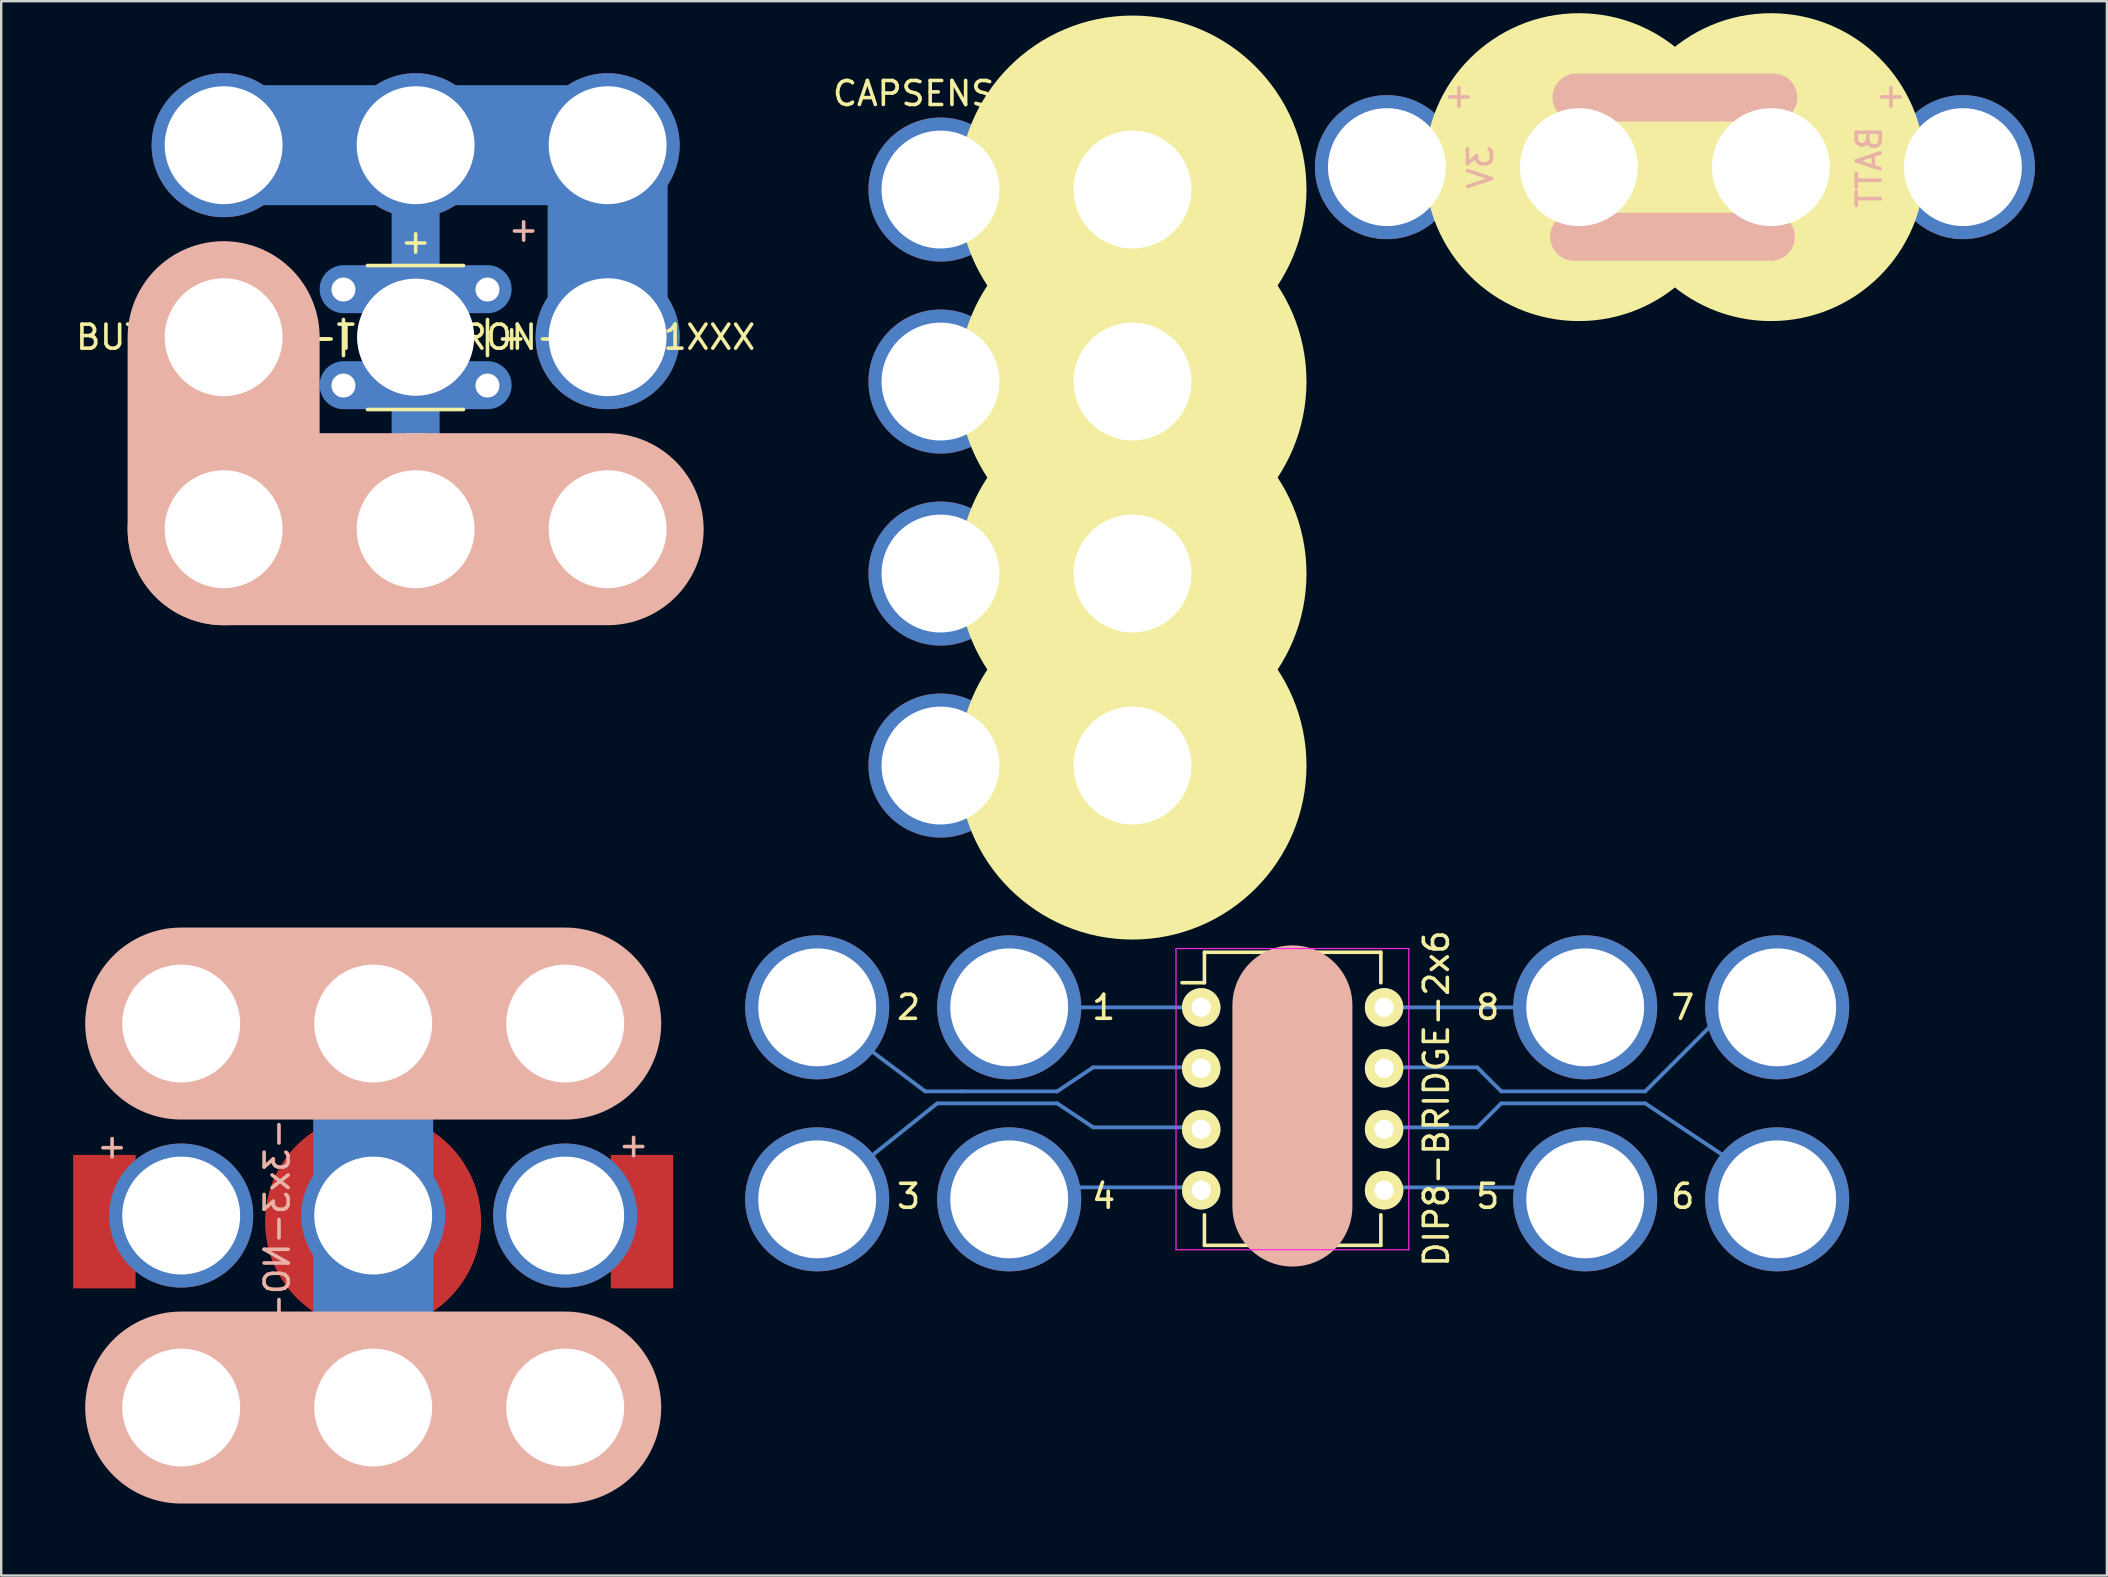
<source format=kicad_pcb>
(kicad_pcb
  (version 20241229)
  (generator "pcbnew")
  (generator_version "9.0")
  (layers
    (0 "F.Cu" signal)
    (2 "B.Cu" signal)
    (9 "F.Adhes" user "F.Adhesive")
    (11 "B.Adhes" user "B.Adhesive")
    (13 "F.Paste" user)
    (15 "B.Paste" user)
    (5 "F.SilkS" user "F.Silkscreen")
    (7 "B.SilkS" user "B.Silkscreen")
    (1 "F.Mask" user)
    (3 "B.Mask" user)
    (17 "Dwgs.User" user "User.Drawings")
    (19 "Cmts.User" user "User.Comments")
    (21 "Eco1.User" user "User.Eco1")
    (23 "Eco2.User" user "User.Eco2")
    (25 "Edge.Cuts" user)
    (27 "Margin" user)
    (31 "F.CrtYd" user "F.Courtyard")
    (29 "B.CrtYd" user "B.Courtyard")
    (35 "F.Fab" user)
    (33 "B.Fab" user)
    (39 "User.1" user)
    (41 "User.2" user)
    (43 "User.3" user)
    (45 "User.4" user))
  (footprint "CAPSENSE-SLIDE-2x4"
    (layer "F.Cu")
    (at 40.137 28.848)
    (property "Reference" "CAPSENSE-SLIDE-2x4" (at 0 -28 0) (layer "F.SilkS") (effects (font (size 1 1) (thickness 0.15))))
    (attr through_hole)
    (fp_line (start 4 -24) (end -4 -24) (stroke (width 5) (type solid)) (layer "B.Cu"))
    (fp_line (start 4 -16) (end -4 -16) (stroke (width 5) (type solid)) (layer "B.Cu"))
    (fp_line (start 4 -8) (end -4 -8) (stroke (width 5) (type solid)) (layer "B.Cu"))
    (fp_line (start 4 0) (end -4 0) (stroke (width 5) (type solid)) (layer "B.Cu"))
    (fp_line (start 4 -24) (end -4 -24) (stroke (width 5) (type solid)) (layer "B.Mask"))
    (fp_line (start 4 -16) (end -4 -16) (stroke (width 5) (type solid)) (layer "B.Mask"))
    (fp_line (start 4 -8) (end -4 -8) (stroke (width 5) (type solid)) (layer "B.Mask"))
    (fp_line (start 4 0) (end -4 0) (stroke (width 5) (type solid)) (layer "B.Mask"))
    (fp_circle (center 4 -24) (end 4.25 -24) (stroke (width 7) (type solid)) (fill no) (layer "F.SilkS"))
    (fp_circle (center 4 -16) (end 4.25 -16) (stroke (width 7) (type solid)) (fill no) (layer "F.SilkS"))
    (fp_circle (center 4 -8) (end 4.25 -8) (stroke (width 7) (type solid)) (fill no) (layer "F.SilkS"))
    (fp_circle (center 4 0) (end 4.25 0) (stroke (width 7) (type solid)) (fill no) (layer "F.SilkS"))
    (fp_text user "Capacitive Slider Touchpad" (at 0 -11.938 90) (layer "F.SilkS") (effects (font (size 1 1) (thickness 0.15))))
    (pad "1" thru_hole circle (at -4 -24) (size 6 6) (drill 4.91) (layers "*.Cu" "*.Mask"))
    (pad "1" thru_hole circle (at 4 -24) (size 6 6) (drill 4.91) (layers "*.Cu" "*.Mask"))
    (pad "2" thru_hole circle (at -4 -16) (size 6 6) (drill 4.91) (layers "*.Cu" "*.Mask"))
    (pad "2" thru_hole circle (at 4 -16) (size 6 6) (drill 4.91) (layers "*.Cu" "*.Mask"))
    (pad "3" thru_hole circle (at -4 -8) (size 6 6) (drill 4.91) (layers "*.Cu" "*.Mask"))
    (pad "3" thru_hole circle (at 4 -8) (size 6 6) (drill 4.91) (layers "*.Cu" "*.Mask"))
    (pad "4" thru_hole circle (at -4 0) (size 6 6) (drill 4.91) (layers "*.Cu" "*.Mask"))
    (pad "4" thru_hole circle (at 4 0) (size 6 6) (drill 4.91) (layers "*.Cu" "*.Mask")))
  (footprint "CR2032-1x4"
    (layer "F.Cu")
    (at 66.738 3.914)
    (property "Reference" "CR2032-1x4" (at 4 -2.5 0) (layer "F.SilkS") (effects (font (size 1 1) (thickness 0.15))))
    (attr through_hole)
    (fp_line (start -4 0) (end 4 0) (stroke (width 5) (type solid)) (layer "B.Cu"))
    (fp_line (start -4 0) (end 4 0) (stroke (width 5) (type solid)) (layer "B.Mask"))
    (fp_circle (center -4 0) (end -3 1) (stroke (width 5) (type solid)) (fill no) (layer "F.SilkS"))
    (fp_circle (center 4 0) (end 5 1) (stroke (width 5) (type solid)) (fill no) (layer "F.SilkS"))
    (fp_line (start -4.2 2.9) (end 4 2.9) (stroke (width 2) (type solid)) (layer "B.SilkS"))
    (fp_line (start -4.1 -2.9) (end 4.1 -2.9) (stroke (width 2) (type solid)) (layer "B.SilkS"))
    (fp_text user "BATT" (at 8.1 0 90) (layer "B.SilkS") (effects (font (size 1 1) (thickness 0.15)) (justify mirror)))
    (fp_text user "+" (at 9 -3 0) (layer "B.SilkS") (effects (font (size 1 1) (thickness 0.15)) (justify mirror)))
    (fp_text user "+" (at -9 -3 0) (layer "B.SilkS") (effects (font (size 1 1) (thickness 0.15)) (justify mirror)))
    (fp_text user "3V" (at -8.1 0 90) (layer "B.SilkS") (effects (font (size 1 1) (thickness 0.15)) (justify mirror)))
    (pad "1" thru_hole circle (at -12 0) (size 6 6) (drill 4.91) (layers "*.Cu" "*.Mask"))
    (pad "1" thru_hole circle (at 12 0) (size 6 6) (drill 4.91) (layers "*.Cu" "*.Mask"))
    (pad "GND" thru_hole circle (at -4 0) (size 6 6) (drill 4.91) (layers "*.Cu" "*.Mask"))
    (pad "GND" smd rect (at -0.068 0) (size 15 5.56) (layers "F.Cu" "F.Mask" "F.Paste"))
    (pad "GND" thru_hole circle (at 4 0) (size 6 6) (drill 4.91) (layers "*.Cu" "*.Mask")))
  (footprint "CR2032-3x3-NO-ROTATE"
    (layer "F.Cu")
    (at 12.5 47.598)
    (property "Reference" "CR2032-3x3-NO-ROTATE" (at -4 0 90) (layer "B.SilkS") (effects (font (size 1 1) (thickness 0.15)) (justify mirror)))
    (attr through_hole)
    (fp_line (start -8 -8) (end 8 -8) (stroke (width 5) (type solid)) (layer "B.Cu"))
    (fp_line (start -8 8) (end 8 8) (stroke (width 5) (type solid)) (layer "B.Cu"))
    (fp_line (start 0 -8) (end 0 8) (stroke (width 5) (type solid)) (layer "B.Cu"))
    (fp_line (start -8 8) (end 8 8) (stroke (width 5) (type solid)) (layer "B.Mask"))
    (fp_line (start 0 8) (end 0 -8) (stroke (width 5) (type solid)) (layer "B.Mask"))
    (fp_line (start 8 -8) (end -8 -8) (stroke (width 5) (type solid)) (layer "B.Mask"))
    (fp_line (start -8 -8) (end 8 -8) (stroke (width 8) (type solid)) (layer "B.SilkS"))
    (fp_line (start -8 8) (end 8 8) (stroke (width 8) (type solid)) (layer "B.SilkS"))
    (fp_text user "+" (at -10.88 -2.9 0) (layer "B.SilkS") (effects (font (size 1 1) (thickness 0.15)) (justify mirror)))
    (fp_text user "+" (at 10.85 -2.95 0) (layer "B.SilkS") (effects (font (size 1 1) (thickness 0.15)) (justify mirror)))
    (pad "+" smd rect (at -11.2 0.254) (size 2.6 5.56) (layers "F.Cu" "F.Mask" "F.Paste"))
    (pad "+" thru_hole circle (at -8 0) (size 6 6) (drill 4.91) (layers "*.Cu" "*.Mask"))
    (pad "+" thru_hole circle (at 8 0) (size 6 6) (drill 4.91) (layers "*.Cu" "*.Mask"))
    (pad "+" smd rect (at 11.2 0.254) (size 2.6 5.56) (layers "F.Cu" "F.Mask" "F.Paste"))
    (pad "GND" thru_hole circle (at -8 -8) (size 6 6) (drill 4.91) (layers "*.Cu" "*.Mask"))
    (pad "GND" thru_hole circle (at -8 8) (size 6 6) (drill 4.91) (layers "*.Cu" "*.Mask"))
    (pad "GND" smd circle (at -0.004 0.254) (size 9 9) (layers "F.Cu" "F.Mask" "F.Paste"))
    (pad "GND" thru_hole circle (at 0 -8) (size 6 6) (drill 4.91) (layers "*.Cu" "*.Mask"))
    (pad "GND" thru_hole circle (at 0 0) (size 6 6) (drill 4.91) (layers "*.Cu" "*.Mask"))
    (pad "GND" thru_hole circle (at 0 8) (size 6 6) (drill 4.91) (layers "*.Cu" "*.Mask"))
    (pad "GND" thru_hole circle (at 8 -8) (size 6 6) (drill 4.91) (layers "*.Cu" "*.Mask"))
    (pad "GND" thru_hole circle (at 8 8) (size 6 6) (drill 4.91) (layers "*.Cu" "*.Mask")))
  (footprint "BUTTON-3x3-TH-OMRON-B3F-1XXX"
    (layer "F.Cu")
    (at 18.268 11)
    (property "Reference" "BUTTON-3x3-TH-OMRON-B3F-1XXX" (at -4 0 0) (layer "F.SilkS") (effects (font (size 1 1) (thickness 0.15))))
    (attr through_hole)
    (fp_line (start -12 -8) (end 4 -8) (stroke (width 5) (type solid)) (layer "B.Cu"))
    (fp_line (start -12 0) (end -12 8) (stroke (width 5) (type solid)) (layer "B.Cu"))
    (fp_line (start -12 8) (end 4 8) (stroke (width 5) (type solid)) (layer "B.Cu"))
    (fp_line (start -7 -2) (end -1 -2) (stroke (width 2) (type solid)) (layer "B.Cu"))
    (fp_line (start -4 -2) (end -4 -8) (stroke (width 2) (type solid)) (layer "B.Cu"))
    (fp_line (start -4 2) (end -4 8) (stroke (width 2) (type solid)) (layer "B.Cu"))
    (fp_line (start -1 2) (end -7 2) (stroke (width 2) (type solid)) (layer "B.Cu"))
    (fp_line (start 4 -8) (end 4 0) (stroke (width 5) (type solid)) (layer "B.Cu"))
    (fp_line (start -12 -8) (end 4 -8) (stroke (width 5) (type solid)) (layer "B.Mask"))
    (fp_line (start -12 0) (end -12 8) (stroke (width 5) (type solid)) (layer "B.Mask"))
    (fp_line (start -12 8) (end 4 8) (stroke (width 5) (type solid)) (layer "B.Mask"))
    (fp_line (start -7 -2) (end -1 -2) (stroke (width 2) (type solid)) (layer "B.Mask"))
    (fp_line (start -4 -2) (end -4 -8) (stroke (width 2) (type solid)) (layer "B.Mask"))
    (fp_line (start -4 2) (end -4 8) (stroke (width 2) (type solid)) (layer "B.Mask"))
    (fp_line (start -1 2) (end -7 2) (stroke (width 2) (type solid)) (layer "B.Mask"))
    (fp_line (start 4 -8) (end 4 0) (stroke (width 5) (type solid)) (layer "B.Mask"))
    (fp_line (start -7.007 0.014) (end -7.007 0.014) (stroke (width 0.1) (type solid)) (layer "F.SilkS"))
    (fp_line (start -7.007 0.764) (end -7.007 -0.736) (stroke (width 0.15) (type solid)) (layer "F.SilkS"))
    (fp_line (start -6.007 -2.986) (end -2.007 -2.986) (stroke (width 0.15) (type solid)) (layer "F.SilkS"))
    (fp_line (start -6.007 3.014) (end -2.007 3.014) (stroke (width 0.15) (type solid)) (layer "F.SilkS"))
    (fp_line (start -2.007 -2.986) (end -6.007 -2.986) (stroke (width 0.1) (type solid)) (layer "F.SilkS"))
    (fp_line (start -2.007 3.014) (end -6.007 3.014) (stroke (width 0.1) (type solid)) (layer "F.SilkS"))
    (fp_line (start -1.007 -0.736) (end -1.007 0.764) (stroke (width 0.15) (type solid)) (layer "F.SilkS"))
    (fp_line (start -1.007 0.014) (end -1.007 0.014) (stroke (width 0.1) (type solid)) (layer "F.SilkS"))
    (fp_circle (center -4.007 0.014) (end -3.007 1.014) (stroke (width 0) (type solid)) (fill yes) (layer "F.SilkS"))
    (fp_circle (center -4.007 0.014) (end -3.007 1.014) (stroke (width 0.15) (type solid)) (fill no) (layer "F.SilkS"))
    (fp_line (start -12 0) (end -12 8) (stroke (width 8) (type solid)) (layer "B.SilkS"))
    (fp_line (start -12 8) (end 4 8) (stroke (width 8) (type solid)) (layer "B.SilkS"))
    (fp_text user "+" (at 0 0 0) (layer "F.SilkS") (effects (font (size 1 1) (thickness 0.15))))
    (fp_text user "+" (at -4 -4 0) (layer "F.SilkS") (effects (font (size 1 1) (thickness 0.15))))
    (fp_text user "-" (at -8 0 0) (layer "F.SilkS") (effects (font (size 1 1) (thickness 0.15))))
    (fp_text user "-" (at -4 4 0) (layer "F.SilkS") (effects (font (size 1 1) (thickness 0.15))))
    (fp_text user "+" (at 0.5 -4.5 0) (layer "B.SilkS") (effects (font (size 1 1) (thickness 0.15)) (justify mirror)))
    (pad "" np_thru_hole circle (at -4 0) (size 4.88 4.88) (drill 4.91) (layers "*.Cu" "*.Mask"))
    (pad "1" thru_hole circle (at -12 -8) (size 6 6) (drill 4.91) (layers "*.Cu" "*.Mask"))
    (pad "1" thru_hole circle (at -7.007 -1.986) (size 1.7 1.7) (drill 1) (layers "*.Cu" "*.Mask"))
    (pad "1" thru_hole circle (at -4 -8) (size 6 6) (drill 4.91) (layers "*.Cu" "*.Mask"))
    (pad "1" thru_hole circle (at -1.007 -1.986) (size 1.7 1.7) (drill 1) (layers "*.Cu" "*.Mask"))
    (pad "1" thru_hole circle (at 4 -8) (size 6 6) (drill 4.91) (layers "*.Cu" "*.Mask"))
    (pad "1" thru_hole circle (at 4 0) (size 6 6) (drill 4.91) (layers "*.Cu" "*.Mask"))
    (pad "2" thru_hole circle (at -12 0) (size 6 6) (drill 4.91) (layers "*.Cu" "*.Mask"))
    (pad "2" thru_hole circle (at -12 8) (size 6 6) (drill 4.91) (layers "*.Cu" "*.Mask"))
    (pad "2" thru_hole circle (at -7.007 2.014) (size 1.7 1.7) (drill 1) (layers "*.Cu" "*.Mask"))
    (pad "2" thru_hole circle (at -4 8) (size 6 6) (drill 4.91) (layers "*.Cu" "*.Mask"))
    (pad "2" thru_hole circle (at -1.007 2.014) (size 1.7 1.7) (drill 1) (layers "*.Cu" "*.Mask"))
    (pad "2" thru_hole circle (at 4 8) (size 6 6) (drill 4.91) (layers "*.Cu" "*.Mask")))
  (footprint "DIP8-BRIDGE-2x6"
    (layer "F.Cu")
    (at 47 38.923)
    (property "Reference" "DIP8-BRIDGE-2x6" (at 9.8 3.8 90) (layer "F.SilkS") (effects (font (size 1 1) (thickness 0.15))))
    (attr through_hole)
    (fp_line (start -11.5 3.5) (end -15.5 0.5) (stroke (width 0.16) (type solid)) (layer "B.Cu"))
    (fp_line (start -11 4) (end -16 8) (stroke (width 0.16) (type solid)) (layer "B.Cu"))
    (fp_line (start -10 3.5) (end -11.5 3.5) (stroke (width 0.16) (type solid)) (layer "B.Cu"))
    (fp_line (start -6 3.5) (end -10 3.5) (stroke (width 0.16) (type solid)) (layer "B.Cu"))
    (fp_line (start -6 4) (end -11 4) (stroke (width 0.16) (type solid)) (layer "B.Cu"))
    (fp_line (start -4.5 2.5) (end -6 3.5) (stroke (width 0.16) (type solid)) (layer "B.Cu"))
    (fp_line (start -4.5 5) (end -6 4) (stroke (width 0.16) (type solid)) (layer "B.Cu"))
    (fp_line (start 0 0) (end -8 0) (stroke (width 0.16) (type solid)) (layer "B.Cu"))
    (fp_line (start 0 2.5) (end -4.5 2.5) (stroke (width 0.16) (type solid)) (layer "B.Cu"))
    (fp_line (start 0 5) (end -4.5 5) (stroke (width 0.16) (type solid)) (layer "B.Cu"))
    (fp_line (start 0 7.5) (end -8 7.5) (stroke (width 0.16) (type solid)) (layer "B.Cu"))
    (fp_line (start 7.5 0) (end 16 0) (stroke (width 0.16) (type solid)) (layer "B.Cu"))
    (fp_line (start 7.5 5) (end 11.5 5) (stroke (width 0.16) (type solid)) (layer "B.Cu"))
    (fp_line (start 7.5 7.5) (end 15.5 7.5) (stroke (width 0.16) (type solid)) (layer "B.Cu"))
    (fp_line (start 8 2.5) (end 11.5 2.5) (stroke (width 0.16) (type solid)) (layer "B.Cu"))
    (fp_line (start 11.5 2.5) (end 12.5 3.5) (stroke (width 0.16) (type solid)) (layer "B.Cu"))
    (fp_line (start 11.5 5) (end 12.5 4) (stroke (width 0.16) (type solid)) (layer "B.Cu"))
    (fp_line (start 12.5 3.5) (end 18.5 3.5) (stroke (width 0.16) (type solid)) (layer "B.Cu"))
    (fp_line (start 12.5 4) (end 18.5 4) (stroke (width 0.16) (type solid)) (layer "B.Cu"))
    (fp_line (start 18.5 3.5) (end 22.5 -0.5) (stroke (width 0.16) (type solid)) (layer "B.Cu"))
    (fp_line (start 18.5 4) (end 23 7) (stroke (width 0.16) (type solid)) (layer "B.Cu"))
    (fp_line (start 0.135 -2.295) (end 0.135 -1.025) (stroke (width 0.15) (type solid)) (layer "F.SilkS"))
    (fp_line (start 0.135 -2.295) (end 7.485 -2.295) (stroke (width 0.15) (type solid)) (layer "F.SilkS"))
    (fp_line (start 0.135 -1.025) (end -0.8 -1.025) (stroke (width 0.15) (type solid)) (layer "F.SilkS"))
    (fp_line (start 0.135 9.915) (end 0.135 8.645) (stroke (width 0.15) (type solid)) (layer "F.SilkS"))
    (fp_line (start 0.135 9.915) (end 7.485 9.915) (stroke (width 0.15) (type solid)) (layer "F.SilkS"))
    (fp_line (start 7.485 -2.295) (end 7.485 -1.025) (stroke (width 0.15) (type solid)) (layer "F.SilkS"))
    (fp_line (start 7.485 9.915) (end 7.485 8.645) (stroke (width 0.15) (type solid)) (layer "F.SilkS"))
    (fp_line (start 3.8 -0.082) (end 3.8 8.3) (stroke (width 5) (type solid)) (layer "B.SilkS"))
    (fp_line (start -1.05 -2.45) (end -1.05 10.1) (stroke (width 0.05) (type solid)) (layer "F.CrtYd"))
    (fp_line (start -1.05 -2.45) (end 8.65 -2.45) (stroke (width 0.05) (type solid)) (layer "F.CrtYd"))
    (fp_line (start -1.05 10.1) (end 8.65 10.1) (stroke (width 0.05) (type solid)) (layer "F.CrtYd"))
    (fp_line (start 8.65 -2.45) (end 8.65 10.1) (stroke (width 0.05) (type solid)) (layer "F.CrtYd"))
    (fp_text user "5" (at 11.938 7.874 0) (layer "F.SilkS") (effects (font (size 1 1) (thickness 0.15))))
    (fp_text user "3" (at -12.192 7.874 0) (layer "F.SilkS") (effects (font (size 1 1) (thickness 0.15))))
    (fp_text user "2" (at -12.192 0 0) (layer "F.SilkS") (effects (font (size 1 1) (thickness 0.15))))
    (fp_text user "6" (at 20.066 7.874 0) (layer "F.SilkS") (effects (font (size 1 1) (thickness 0.15))))
    (fp_text user "1" (at -4.064 0 0) (layer "F.SilkS") (effects (font (size 1 1) (thickness 0.15))))
    (fp_text user "8" (at 11.938 0 0) (layer "F.SilkS") (effects (font (size 1 1) (thickness 0.15))))
    (fp_text user "7" (at 20.066 0 0) (layer "F.SilkS") (effects (font (size 1 1) (thickness 0.15))))
    (fp_text user "4" (at -4.064 7.874 0) (layer "F.SilkS") (effects (font (size 1 1) (thickness 0.15))))
    (pad "1" thru_hole circle (at -8 0) (size 6 6) (drill 4.91) (layers "*.Cu" "*.Mask"))
    (pad "1" thru_hole oval (at 0 0) (size 1.6 1.6) (drill 0.8) (layers "*.Cu" "*.Mask" "F.SilkS"))
    (pad "2" thru_hole circle (at -16 0) (size 6 6) (drill 4.91) (layers "*.Cu" "*.Mask"))
    (pad "2" thru_hole oval (at 0 2.54) (size 1.6 1.6) (drill 0.8) (layers "*.Cu" "*.Mask" "F.SilkS"))
    (pad "3" thru_hole circle (at -16 8) (size 6 6) (drill 4.91) (layers "*.Cu" "*.Mask"))
    (pad "3" thru_hole oval (at 0 5.08) (size 1.6 1.6) (drill 0.8) (layers "*.Cu" "*.Mask" "F.SilkS"))
    (pad "4" thru_hole circle (at -8 8) (size 6 6) (drill 4.91) (layers "*.Cu" "*.Mask"))
    (pad "4" thru_hole oval (at 0 7.62) (size 1.6 1.6) (drill 0.8) (layers "*.Cu" "*.Mask" "F.SilkS"))
    (pad "5" thru_hole oval (at 7.62 7.62) (size 1.6 1.6) (drill 0.8) (layers "*.Cu" "*.Mask" "F.SilkS"))
    (pad "5" thru_hole circle (at 16 8) (size 6 6) (drill 4.91) (layers "*.Cu" "*.Mask"))
    (pad "6" thru_hole oval (at 7.62 5.08) (size 1.6 1.6) (drill 0.8) (layers "*.Cu" "*.Mask" "F.SilkS"))
    (pad "6" thru_hole circle (at 24 8) (size 6 6) (drill 4.91) (layers "*.Cu" "*.Mask"))
    (pad "7" thru_hole oval (at 7.62 2.54) (size 1.6 1.6) (drill 0.8) (layers "*.Cu" "*.Mask" "F.SilkS"))
    (pad "7" thru_hole circle (at 24 0) (size 6 6) (drill 4.91) (layers "*.Cu" "*.Mask"))
    (pad "8" thru_hole oval (at 7.62 0) (size 1.6 1.6) (drill 0.8) (layers "*.Cu" "*.Mask" "F.SilkS"))
    (pad "8" thru_hole circle (at 16 0) (size 6 6) (drill 4.91) (layers "*.Cu" "*.Mask")))
  (gr_rect
    (start -3 -3)
    (end 84.738 62.598)
    (stroke (width 0.1) (type default))
    (fill no)
    (layer "Edge.Cuts")))
</source>
